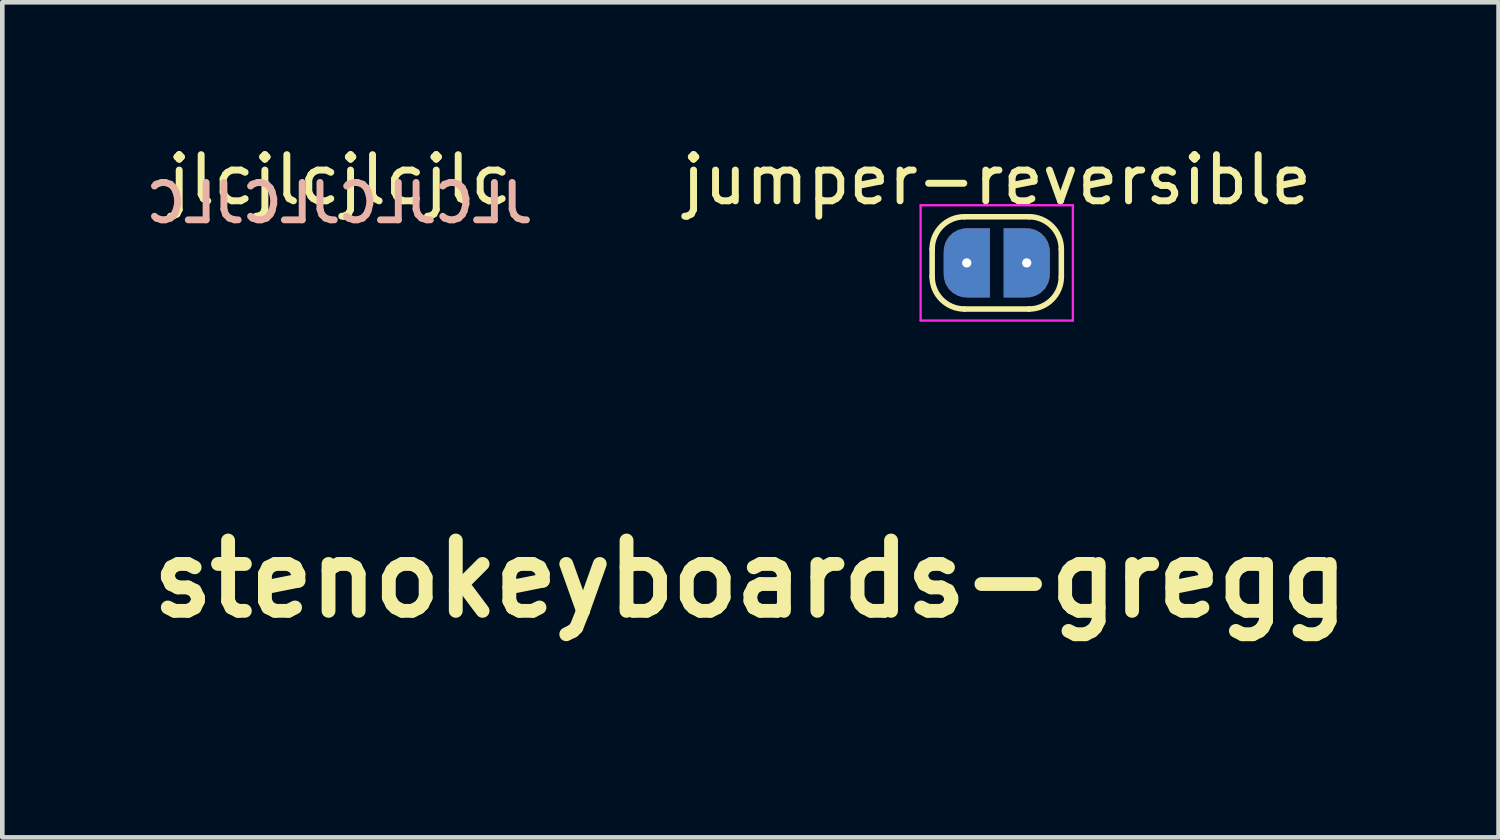
<source format=kicad_pcb>
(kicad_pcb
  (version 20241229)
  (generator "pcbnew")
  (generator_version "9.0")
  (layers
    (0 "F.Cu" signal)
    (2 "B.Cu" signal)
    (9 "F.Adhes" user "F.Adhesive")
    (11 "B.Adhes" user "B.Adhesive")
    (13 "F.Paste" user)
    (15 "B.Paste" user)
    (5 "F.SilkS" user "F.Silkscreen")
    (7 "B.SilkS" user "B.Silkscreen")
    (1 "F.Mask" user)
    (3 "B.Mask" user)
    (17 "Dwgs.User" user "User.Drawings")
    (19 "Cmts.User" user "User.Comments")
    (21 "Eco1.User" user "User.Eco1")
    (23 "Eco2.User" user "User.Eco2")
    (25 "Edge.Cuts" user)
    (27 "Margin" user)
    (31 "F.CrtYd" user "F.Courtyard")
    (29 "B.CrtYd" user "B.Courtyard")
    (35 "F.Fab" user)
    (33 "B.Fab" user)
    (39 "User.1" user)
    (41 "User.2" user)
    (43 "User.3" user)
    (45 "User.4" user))
  (footprint "jlcjlcjlcjlc"
    (layer "F.Cu")
    (at 4.31 1.348)
    (property "Reference" "jlcjlcjlcjlc" (at 0 -0.5 0) (unlocked yes) (layer "F.SilkS") (effects (font (size 1 1) (thickness 0.15))))
    (fp_text user "JLCJLCJLCJLC" (at 0 0 0) (layer "B.SilkS") (effects (font (size 0.81 0.81) (thickness 0.15)) (justify mirror))))
  (footprint "stenokeyboards-gregg"
    (layer "F.Cu")
    (at 13.215 9.5)
    (property "Reference" "stenokeyboards-gregg" (at 0 0 0) (layer "F.SilkS") (effects (font (size 1.524 1.524) (thickness 0.3))))
    (attr board_only exclude_from_pos_files exclude_from_bom)
    (fp_poly (pts (xy 8.153 -2.562) (xy 8.244 -2.525) (xy 8.339 -2.449) (xy 8.396 -2.354) (xy 8.42 -2.231) (xy 8.419 -2.146) (xy 8.411 -2.057) (xy 8.393 -1.976) (xy 8.361 -1.886) (xy 8.308 -1.773) (xy 8.295 -1.746) (xy 8.191 -1.552) (xy 8.057 -1.326) (xy 7.895 -1.072) (xy 7.709 -0.796) (xy 7.549 -0.568) (xy 7.298 -0.218) (xy 7.315 0.123) (xy 7.321 0.266) (xy 7.323 0.369) (xy 7.32 0.441) (xy 7.311 0.493) (xy 7.295 0.534) (xy 7.291 0.544) (xy 7.222 0.629) (xy 7.127 0.68) (xy 7.02 0.697) (xy 6.912 0.68) (xy 6.817 0.628) (xy 6.767 0.574) (xy 6.75 0.553) (xy 6.731 0.549) (xy 6.704 0.566) (xy 6.662 0.61) (xy 6.598 0.685) (xy 6.561 0.73) (xy 6.264 1.06) (xy 5.956 1.342) (xy 5.635 1.577) (xy 5.299 1.765) (xy 4.946 1.908) (xy 4.576 2.006) (xy 4.186 2.06) (xy 4.074 2.068) (xy 3.818 2.068) (xy 3.597 2.04) (xy 3.403 1.984) (xy 3.28 1.926) (xy 3.197 1.884) (xy 3.139 1.868) (xy 3.093 1.873) (xy 3.084 1.876) (xy 2.999 1.894) (xy 2.886 1.899) (xy 2.768 1.892) (xy 2.666 1.873) (xy 2.631 1.861) (xy 2.496 1.78) (xy 2.397 1.665) (xy 2.334 1.52) (xy 2.308 1.346) (xy 2.321 1.148) (xy 2.337 1.059) (xy 2.38 0.895) (xy 2.428 0.752) (xy 3.267 0.752) (xy 3.278 0.872) (xy 3.292 0.958) (xy 3.305 1.024) (xy 3.315 1.053) (xy 3.346 1.06) (xy 3.408 1.029) (xy 3.499 0.96) (xy 3.618 0.854) (xy 3.726 0.75) (xy 3.901 0.561) (xy 4.029 0.385) (xy 4.111 0.22) (xy 4.148 0.067) (xy 4.15 0.019) (xy 4.14 -0.083) (xy 4.113 -0.179) (xy 4.074 -0.254) (xy 4.03 -0.294) (xy 4.03 -0.294) (xy 3.973 -0.291) (xy 3.895 -0.25) (xy 3.801 -0.178) (xy 3.697 -0.079) (xy 3.588 0.041) (xy 3.48 0.178) (xy 3.409 0.28) (xy 3.323 0.435) (xy 3.276 0.587) (xy 3.267 0.752) (xy 2.428 0.752) (xy 2.438 0.724) (xy 2.514 0.538) (xy 2.614 0.326) (xy 2.69 0.175) (xy 2.747 0.061) (xy 2.796 -0.037) (xy 2.831 -0.111) (xy 2.849 -0.153) (xy 2.85 -0.158) (xy 2.829 -0.177) (xy 2.774 -0.21) (xy 2.696 -0.25) (xy 2.688 -0.253) (xy 2.462 -0.334) (xy 2.2 -0.383) (xy 1.907 -0.398) (xy 1.584 -0.381) (xy 1.236 -0.331) (xy 0.864 -0.249) (xy 0.476 -0.137) (xy 0.239 -0.054) (xy -0.017 0.047) (xy -0.298 0.17) (xy -0.612 0.317) (xy -0.724 0.372) (xy -0.935 0.473) (xy -1.11 0.551) (xy -1.259 0.608) (xy -1.389 0.648) (xy -1.509 0.673) (xy -1.626 0.685) (xy -1.714 0.687) (xy -1.826 0.686) (xy -1.904 0.68) (xy -1.963 0.665) (xy -2.019 0.638) (xy -2.062 0.613) (xy -2.178 0.514) (xy -2.255 0.386) (xy -2.295 0.233) (xy -2.297 0.059) (xy -2.26 -0.13) (xy -2.184 -0.332) (xy -2.161 -0.377) (xy -2.103 -0.492) (xy -2.533 -0.509) (xy -2.716 -0.514) (xy -2.92 -0.519) (xy -3.124 -0.523) (xy -3.307 -0.525) (xy -3.355 -0.525) (xy -3.747 -0.525) (xy -8.031 2.6) (xy -8.155 2.6) (xy -8.239 2.595) (xy -8.297 2.573) (xy -8.356 2.524) (xy -8.365 2.515) (xy -8.419 2.454) (xy -8.443 2.396) (xy -8.45 2.317) (xy -8.45 2.307) (xy -8.449 2.259) (xy -8.442 2.218) (xy -8.425 2.176) (xy -8.394 2.124) (xy -8.343 2.055) (xy -8.269 1.962) (xy -8.187 1.861) (xy -7.943 1.548) (xy -7.736 1.252) (xy -7.568 0.975) (xy -7.439 0.72) (xy -7.351 0.486) (xy -7.303 0.277) (xy -7.295 0.17) (xy -7.299 0.074) (xy -7.32 -0.000393) (xy -7.366 -0.082) (xy -7.371 -0.09) (xy -7.43 -0.213) (xy -7.445 -0.331) (xy -7.418 -0.436) (xy -7.355 -0.521) (xy -7.258 -0.578) (xy -7.132 -0.6) (xy -7.124 -0.6) (xy -7.061 -0.596) (xy -7.01 -0.577) (xy -6.955 -0.535) (xy -6.9 -0.481) (xy -6.804 -0.368) (xy -6.737 -0.249) (xy -6.697 -0.113) (xy -6.68 0.05) (xy -6.681 0.212) (xy -6.69 0.363) (xy -6.706 0.485) (xy -6.733 0.601) (xy -6.769 0.713) (xy -6.801 0.81) (xy -6.825 0.888) (xy -6.837 0.935) (xy -6.838 0.945) (xy -6.817 0.932) (xy -6.76 0.892) (xy -6.669 0.828) (xy -6.549 0.742) (xy -6.403 0.636) (xy -6.234 0.515) (xy -6.047 0.379) (xy -5.845 0.232) (xy -5.682 0.114) (xy -4.533 -0.725) (xy -4.581 -0.868) (xy -4.614 -1.033) (xy -4.6 -1.196) (xy -4.581 -1.247) (xy -3.839 -1.247) (xy -3.834 -1.24) (xy -3.798 -1.258) (xy -3.791 -1.263) (xy -3.745 -1.296) (xy -3.725 -1.316) (xy -3.725 -1.316) (xy -3.742 -1.317) (xy -3.779 -1.297) (xy -3.818 -1.269) (xy -3.839 -1.247) (xy -4.581 -1.247) (xy -4.539 -1.358) (xy -4.429 -1.522) (xy -4.303 -1.658) (xy -4.137 -1.796) (xy -3.958 -1.908) (xy -3.773 -1.989) (xy -3.593 -2.037) (xy -3.427 -2.047) (xy -3.363 -2.039) (xy -3.265 -2) (xy -3.167 -1.926) (xy -3.081 -1.83) (xy -3.021 -1.724) (xy -3.014 -1.707) (xy -2.98 -1.537) (xy -2.983 -1.359) (xy -3.002 -1.266) (xy -3.016 -1.202) (xy -3.017 -1.161) (xy -3.014 -1.156) (xy -2.987 -1.152) (xy -2.915 -1.147) (xy -2.806 -1.142) (xy -2.666 -1.137) (xy -2.501 -1.132) (xy -2.317 -1.127) (xy -2.244 -1.125) (xy -2.011 -1.12) (xy -1.822 -1.114) (xy -1.673 -1.107) (xy -1.558 -1.098) (xy -1.471 -1.085) (xy -1.408 -1.068) (xy -1.363 -1.045) (xy -1.33 -1.017) (xy -1.304 -0.981) (xy -1.288 -0.951) (xy -1.257 -0.873) (xy -1.251 -0.796) (xy -1.271 -0.71) (xy -1.32 -0.606) (xy -1.392 -0.486) (xy -1.454 -0.384) (xy -1.515 -0.274) (xy -1.571 -0.165) (xy -1.618 -0.067) (xy -1.65 0.011) (xy -1.664 0.06) (xy -1.662 0.071) (xy -1.63 0.071) (xy -1.559 0.051) (xy -1.455 0.013) (xy -1.323 -0.04) (xy -1.17 -0.106) (xy -1.002 -0.183) (xy -0.857 -0.252) (xy -0.537 -0.403) (xy -0.249 -0.529) (xy 0.018 -0.636) (xy 0.274 -0.727) (xy 0.452 -0.783) (xy 0.855 -0.891) (xy 1.244 -0.967) (xy 1.615 -1.01) (xy 1.965 -1.021) (xy 2.29 -1) (xy 2.588 -0.948) (xy 2.855 -0.864) (xy 3.088 -0.748) (xy 3.201 -0.67) (xy 3.315 -0.583) (xy 3.423 -0.678) (xy 3.587 -0.798) (xy 3.763 -0.879) (xy 3.942 -0.919) (xy 4.116 -0.917) (xy 4.27 -0.875) (xy 4.413 -0.787) (xy 4.543 -0.656) (xy 4.654 -0.487) (xy 4.683 -0.429) (xy 4.719 -0.352) (xy 4.741 -0.287) (xy 4.754 -0.221) (xy 4.76 -0.139) (xy 4.761 -0.025) (xy 4.761 0.013) (xy 4.758 0.152) (xy 4.75 0.255) (xy 4.734 0.338) (xy 4.709 0.414) (xy 4.707 0.421) (xy 4.613 0.62) (xy 4.492 0.813) (xy 4.337 1.007) (xy 4.175 1.181) (xy 3.909 1.45) (xy 4.026 1.45) (xy 4.142 1.443) (xy 4.287 1.424) (xy 4.445 1.395) (xy 4.598 1.361) (xy 4.729 1.324) (xy 4.734 1.323) (xy 5.011 1.209) (xy 5.288 1.057) (xy 5.55 0.873) (xy 5.783 0.669) (xy 5.804 0.648) (xy 5.875 0.571) (xy 5.969 0.463) (xy 6.079 0.333) (xy 6.197 0.19) (xy 6.315 0.043) (xy 6.427 -0.099) (xy 6.525 -0.227) (xy 6.542 -0.25) (xy 6.593 -0.323) (xy 6.626 -0.384) (xy 6.644 -0.45) (xy 6.656 -0.54) (xy 6.662 -0.598) (xy 6.7 -0.874) (xy 6.772 -1.137) (xy 6.88 -1.405) (xy 6.899 -1.443) (xy 7.027 -1.687) (xy 7.167 -1.912) (xy 7.312 -2.112) (xy 7.46 -2.282) (xy 7.604 -2.416) (xy 7.741 -2.508) (xy 7.747 -2.511) (xy 7.881 -2.559) (xy 8.022 -2.577)) (stroke (width 0) (type solid)) (fill yes) (layer "F.Mask")))
  (footprint "jumper-reversible"
    (layer "F.Cu")
    (at 18.554 2.648)
    (property "Reference" "jumper-reversible" (at 0 -1.8 0) (layer "F.SilkS") (effects (font (size 1 1) (thickness 0.15))))
    (attr exclude_from_pos_files exclude_from_bom)
    (fp_line (start -1.4 0.3) (end -1.4 -0.3) (stroke (width 0.12) (type solid)) (layer "F.SilkS"))
    (fp_line (start -0.7 -1) (end 0.7 -1) (stroke (width 0.12) (type solid)) (layer "F.SilkS"))
    (fp_line (start 0.7 1) (end -0.7 1) (stroke (width 0.12) (type solid)) (layer "F.SilkS"))
    (fp_line (start 1.4 -0.3) (end 1.4 0.3) (stroke (width 0.12) (type solid)) (layer "F.SilkS"))
    (fp_arc (start -1.4 -0.3) (mid -1.194975 -0.794975) (end -0.7 -1) (stroke (width 0.12) (type solid)) (layer "F.SilkS"))
    (fp_arc (start -0.7 1) (mid -1.194975 0.794975) (end -1.4 0.3) (stroke (width 0.12) (type solid)) (layer "F.SilkS"))
    (fp_arc (start 0.7 -1) (mid 1.194975 -0.794975) (end 1.4 -0.3) (stroke (width 0.12) (type solid)) (layer "F.SilkS"))
    (fp_arc (start 1.4 0.3) (mid 1.194975 0.794975) (end 0.7 1) (stroke (width 0.12) (type solid)) (layer "F.SilkS"))
    (fp_line (start -1.65 -1.25) (end -1.65 1.25) (stroke (width 0.05) (type solid)) (layer "F.CrtYd"))
    (fp_line (start -1.65 -1.25) (end 1.65 -1.25) (stroke (width 0.05) (type solid)) (layer "F.CrtYd"))
    (fp_line (start 1.65 1.25) (end -1.65 1.25) (stroke (width 0.05) (type solid)) (layer "F.CrtYd"))
    (fp_line (start 1.65 1.25) (end 1.65 -1.25) (stroke (width 0.05) (type solid)) (layer "F.CrtYd"))
    (pad "1" thru_hole custom (at -0.65 0) (size 1 0.5) (drill 0.2) (layers "*.Cu" "*.Mask") (options (anchor rect)) (primitives (gr_circle (center 0 0.25) (end 0.5 0.25) (width 0) (fill yes)) (gr_circle (center 0 -0.25) (end 0.5 -0.25) (width 0) (fill yes)) (gr_poly (pts (xy 0.5 0.75) (xy 0.5 -0.75) (xy 0 -0.75) (xy 0 0.75)) (width 0) (fill yes))))
    (pad "2" thru_hole custom (at 0.65 0) (size 1 0.5) (drill 0.2) (layers "*.Cu" "*.Mask") (options (anchor rect)) (primitives (gr_circle (center 0 0.25) (end 0.5 0.25) (width 0) (fill yes)) (gr_circle (center 0 -0.25) (end 0.5 -0.25) (width 0) (fill yes)) (gr_poly (pts (xy -0.5 0.75) (xy -0.5 -0.75) (xy 0 -0.75) (xy 0 0.75)) (width 0) (fill yes)))))
  (gr_rect
    (start -3 -3)
    (end 29.431 15.1)
    (stroke (width 0.1) (type default))
    (fill no)
    (layer "Edge.Cuts")))
</source>
